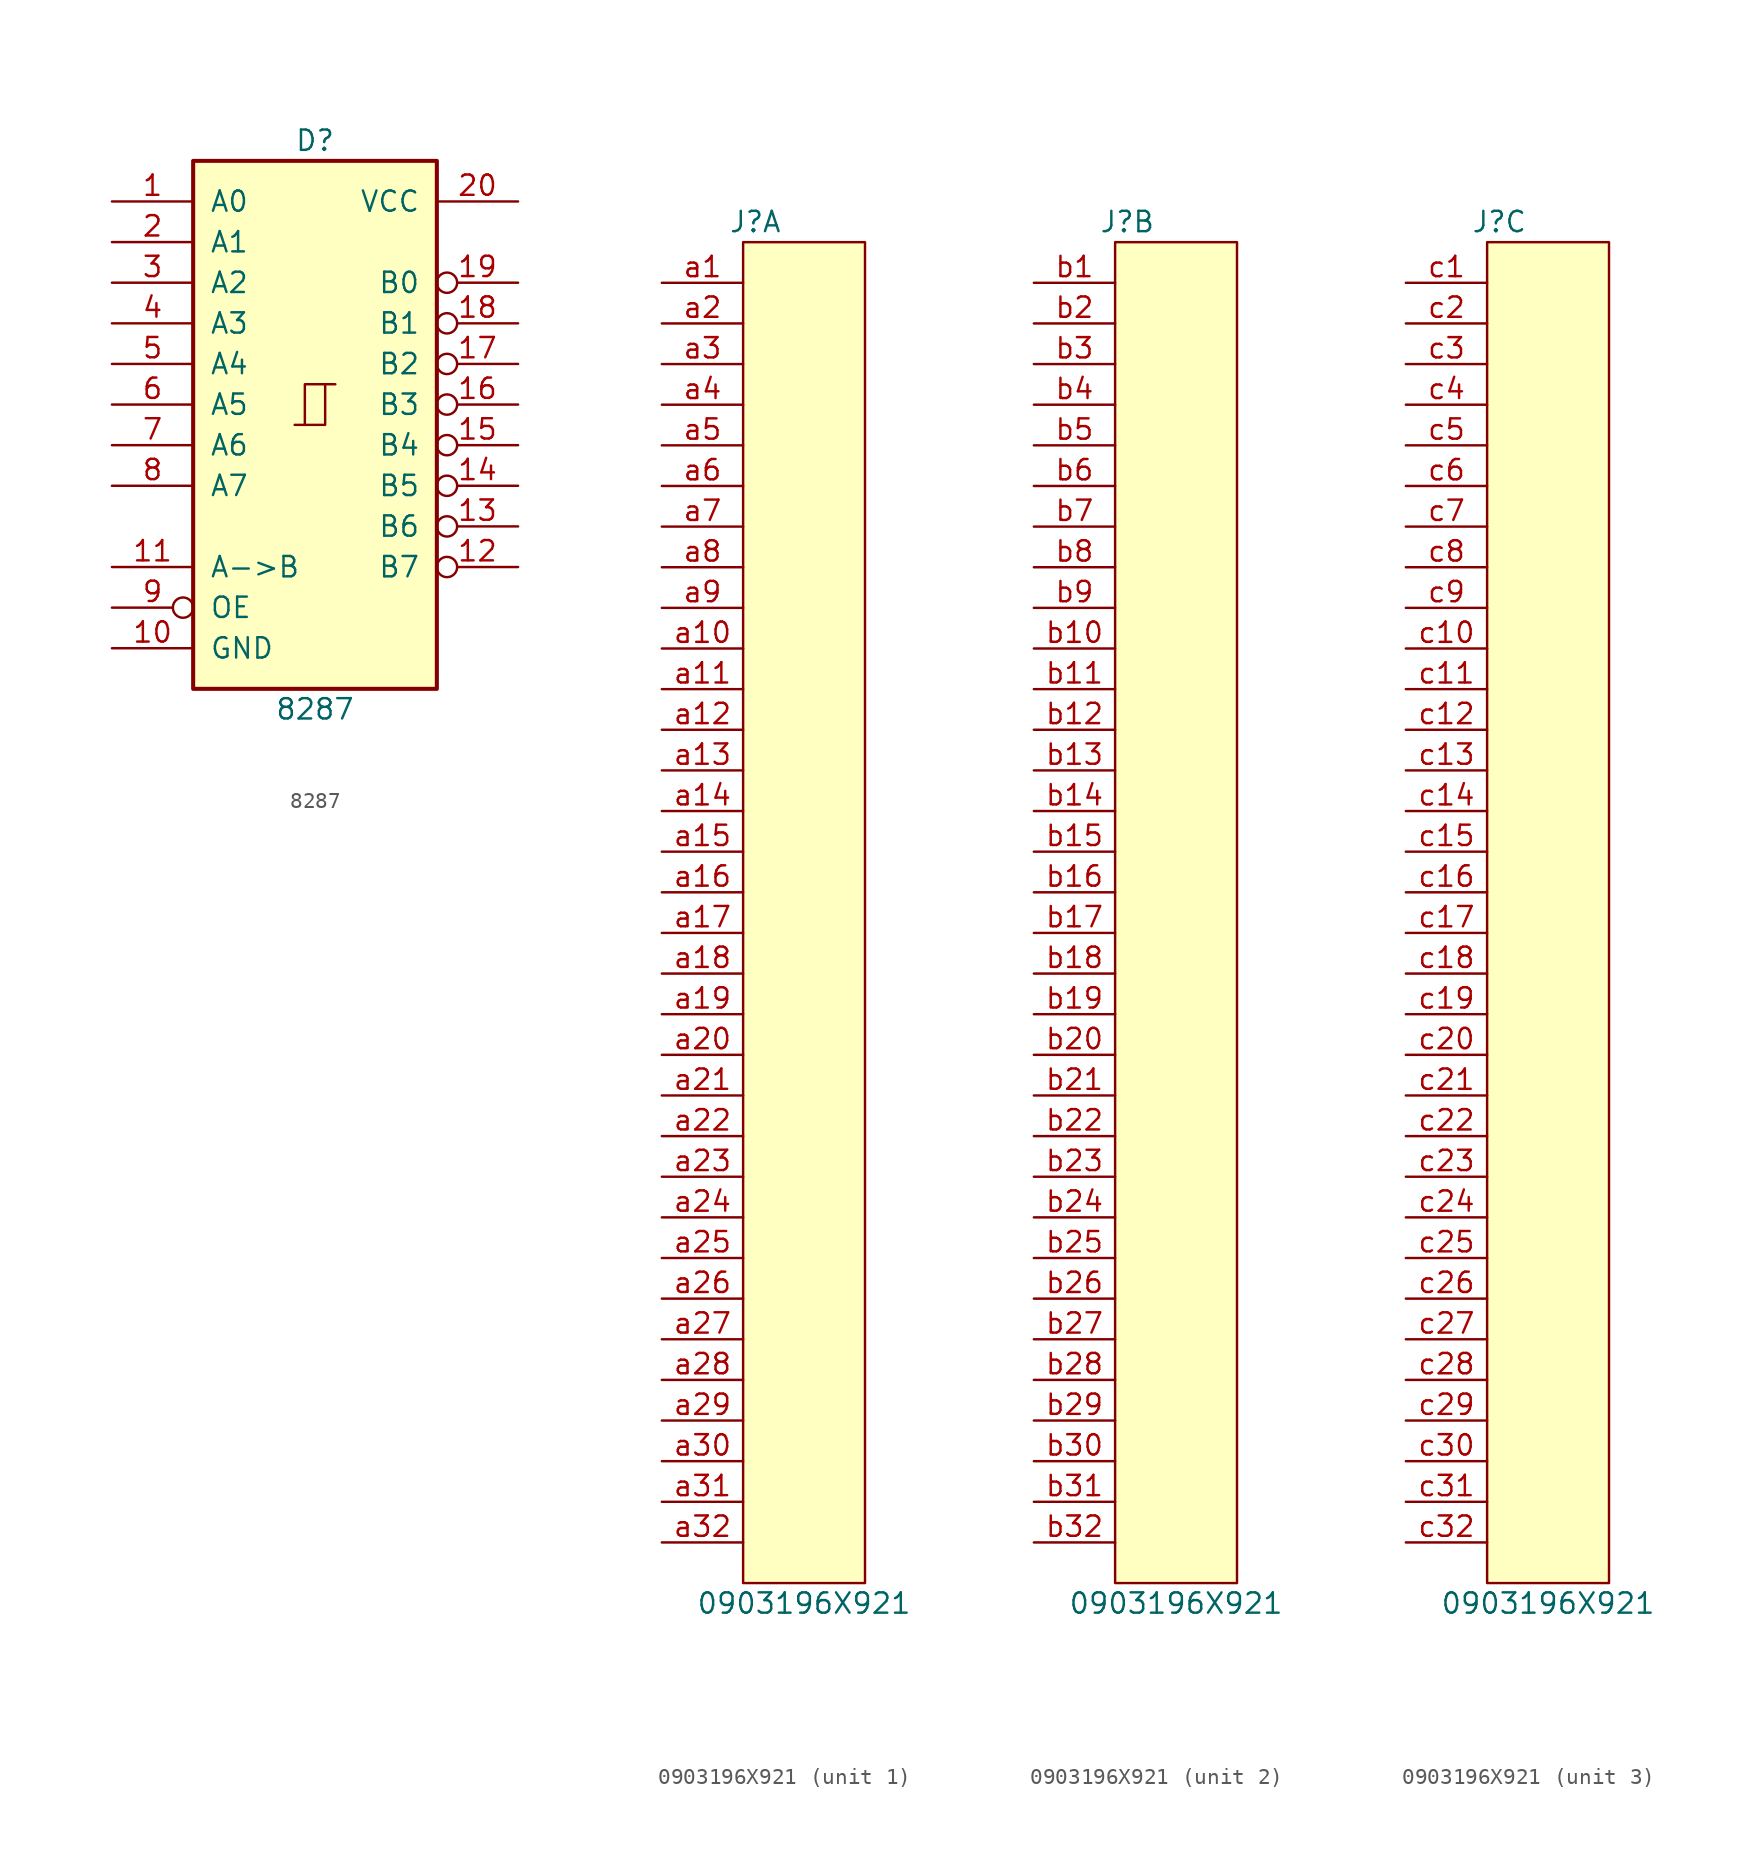
<source format=kicad_sym>
(kicad_symbol_lib
  (version 20241209)
  (generator "kicad_symbol_editor")
  (generator_version "9.0")
  (symbol "8287"
    (pin_names
      (offset 1.016))
    (property "Reference" "D"
      (at 0 16.51 0)
      (do_not_autoplace)
      (effects (font (size 1.27 1.27))))
    (property "Value" "8287"
      (at 0 -19.05 0)
      (do_not_autoplace)
      (effects (font (size 1.27 1.27))))
    (symbol "8287_1_0"
      (polyline (pts (xy -1.27 -1.27) (xy 0.635 -1.27) (xy 0.635 1.27) (xy 1.27 1.27)) (stroke (width 0) (type default)) (fill (type none)))
      (polyline (pts (xy -0.635 -1.27) (xy -0.635 1.27) (xy 0.635 1.27)) (stroke (width 0) (type default)) (fill (type none)))
      (pin bidirectional line (at -12.7 12.7 0) (length 5.08) (name "A0" (effects (font (size 1.27 1.27)))) (number "1" (effects (font (size 1.27 1.27)))))
      (pin bidirectional line (at -12.7 10.16 0) (length 5.08) (name "A1" (effects (font (size 1.27 1.27)))) (number "2" (effects (font (size 1.27 1.27)))))
      (pin bidirectional line (at -12.7 7.62 0) (length 5.08) (name "A2" (effects (font (size 1.27 1.27)))) (number "3" (effects (font (size 1.27 1.27)))))
      (pin bidirectional line (at -12.7 5.08 0) (length 5.08) (name "A3" (effects (font (size 1.27 1.27)))) (number "4" (effects (font (size 1.27 1.27)))))
      (pin bidirectional line (at -12.7 2.54 0) (length 5.08) (name "A4" (effects (font (size 1.27 1.27)))) (number "5" (effects (font (size 1.27 1.27)))))
      (pin bidirectional line (at -12.7 0 0) (length 5.08) (name "A5" (effects (font (size 1.27 1.27)))) (number "6" (effects (font (size 1.27 1.27)))))
      (pin bidirectional line (at -12.7 -2.54 0) (length 5.08) (name "A6" (effects (font (size 1.27 1.27)))) (number "7" (effects (font (size 1.27 1.27)))))
      (pin bidirectional line (at -12.7 -5.08 0) (length 5.08) (name "A7" (effects (font (size 1.27 1.27)))) (number "8" (effects (font (size 1.27 1.27)))))
      (pin input line (at -12.7 -10.16 0) (length 5.08) (name "A->B" (effects (font (size 1.27 1.27)))) (number "11" (effects (font (size 1.27 1.27)))))
      (pin input inverted (at -12.7 -12.7 0) (length 5.08) (name "OE" (effects (font (size 1.27 1.27)))) (number "9" (effects (font (size 1.27 1.27)))))
      (pin power_in line (at -12.7 -15.24 0) (length 5.08) (name "GND" (effects (font (size 1.27 1.27)))) (number "10" (effects (font (size 1.27 1.27)))))
      (pin power_in line (at 12.7 12.7 180) (length 5.08) (name "VCC" (effects (font (size 1.27 1.27)))) (number "20" (effects (font (size 1.27 1.27)))))
      (pin bidirectional inverted (at 12.7 7.62 180) (length 5.08) (name "B0" (effects (font (size 1.27 1.27)))) (number "19" (effects (font (size 1.27 1.27)))))
      (pin bidirectional inverted (at 12.7 5.08 180) (length 5.08) (name "B1" (effects (font (size 1.27 1.27)))) (number "18" (effects (font (size 1.27 1.27)))))
      (pin bidirectional inverted (at 12.7 2.54 180) (length 5.08) (name "B2" (effects (font (size 1.27 1.27)))) (number "17" (effects (font (size 1.27 1.27)))))
      (pin bidirectional inverted (at 12.7 0 180) (length 5.08) (name "B3" (effects (font (size 1.27 1.27)))) (number "16" (effects (font (size 1.27 1.27)))))
      (pin bidirectional inverted (at 12.7 -2.54 180) (length 5.08) (name "B4" (effects (font (size 1.27 1.27)))) (number "15" (effects (font (size 1.27 1.27)))))
      (pin bidirectional inverted (at 12.7 -5.08 180) (length 5.08) (name "B5" (effects (font (size 1.27 1.27)))) (number "14" (effects (font (size 1.27 1.27)))))
      (pin bidirectional inverted (at 12.7 -7.62 180) (length 5.08) (name "B6" (effects (font (size 1.27 1.27)))) (number "13" (effects (font (size 1.27 1.27)))))
      (pin bidirectional inverted (at 12.7 -10.16 180) (length 5.08) (name "B7" (effects (font (size 1.27 1.27)))) (number "12" (effects (font (size 1.27 1.27))))))
    (symbol "8287_1_1"
      (rectangle (start -7.62 15.24) (end 7.62 -17.78) (stroke (width 0.254) (type default)) (fill (type background)))))
  (symbol "0903196X921"
    (pin_names
      (hide yes))
    (property "Reference" "J"
      (at 0.762 1.27 0)
      (do_not_autoplace)
      (effects (font (size 1.27 1.27))))
    (property "Value" "0903196X921"
      (at 3.81 -85.09 0)
      (do_not_autoplace)
      (effects (font (size 1.27 1.27))))
    (property "ki_locked" ""
      (at 0 0 0)
      (effects (font (size 1.27 1.27))))
    (symbol "0903196X921_0_1"
      (rectangle (start 0 0) (end 7.62 -83.82) (stroke (width 0) (type solid)) (fill (type background))))
    (symbol "0903196X921_1_0"
      (pin passive line (at -5.08 -2.54 0) (length 5.08) (name "a1" (effects (font (size 1.27 1.27)))) (number "a1" (effects (font (size 1.27 1.27)))))
      (pin passive line (at -5.08 -5.08 0) (length 5.08) (name "a2" (effects (font (size 1.27 1.27)))) (number "a2" (effects (font (size 1.27 1.27)))))
      (pin passive line (at -5.08 -7.62 0) (length 5.08) (name "a3" (effects (font (size 1.27 1.27)))) (number "a3" (effects (font (size 1.27 1.27)))))
      (pin passive line (at -5.08 -10.16 0) (length 5.08) (name "a4" (effects (font (size 1.27 1.27)))) (number "a4" (effects (font (size 1.27 1.27)))))
      (pin passive line (at -5.08 -12.7 0) (length 5.08) (name "a5" (effects (font (size 1.27 1.27)))) (number "a5" (effects (font (size 1.27 1.27)))))
      (pin passive line (at -5.08 -15.24 0) (length 5.08) (name "a6" (effects (font (size 1.27 1.27)))) (number "a6" (effects (font (size 1.27 1.27)))))
      (pin passive line (at -5.08 -17.78 0) (length 5.08) (name "a7" (effects (font (size 1.27 1.27)))) (number "a7" (effects (font (size 1.27 1.27)))))
      (pin passive line (at -5.08 -20.32 0) (length 5.08) (name "a8" (effects (font (size 1.27 1.27)))) (number "a8" (effects (font (size 1.27 1.27)))))
      (pin passive line (at -5.08 -22.86 0) (length 5.08) (name "a9" (effects (font (size 1.27 1.27)))) (number "a9" (effects (font (size 1.27 1.27)))))
      (pin passive line (at -5.08 -25.4 0) (length 5.08) (name "a10" (effects (font (size 1.27 1.27)))) (number "a10" (effects (font (size 1.27 1.27)))))
      (pin passive line (at -5.08 -27.94 0) (length 5.08) (name "a11" (effects (font (size 1.27 1.27)))) (number "a11" (effects (font (size 1.27 1.27)))))
      (pin passive line (at -5.08 -30.48 0) (length 5.08) (name "a12" (effects (font (size 1.27 1.27)))) (number "a12" (effects (font (size 1.27 1.27)))))
      (pin passive line (at -5.08 -33.02 0) (length 5.08) (name "a13" (effects (font (size 1.27 1.27)))) (number "a13" (effects (font (size 1.27 1.27)))))
      (pin passive line (at -5.08 -35.56 0) (length 5.08) (name "a14" (effects (font (size 1.27 1.27)))) (number "a14" (effects (font (size 1.27 1.27)))))
      (pin passive line (at -5.08 -38.1 0) (length 5.08) (name "a15" (effects (font (size 1.27 1.27)))) (number "a15" (effects (font (size 1.27 1.27)))))
      (pin passive line (at -5.08 -40.64 0) (length 5.08) (name "a16" (effects (font (size 1.27 1.27)))) (number "a16" (effects (font (size 1.27 1.27)))))
      (pin passive line (at -5.08 -43.18 0) (length 5.08) (name "a17" (effects (font (size 1.27 1.27)))) (number "a17" (effects (font (size 1.27 1.27)))))
      (pin passive line (at -5.08 -45.72 0) (length 5.08) (name "a18" (effects (font (size 1.27 1.27)))) (number "a18" (effects (font (size 1.27 1.27)))))
      (pin passive line (at -5.08 -48.26 0) (length 5.08) (name "a19" (effects (font (size 1.27 1.27)))) (number "a19" (effects (font (size 1.27 1.27)))))
      (pin passive line (at -5.08 -50.8 0) (length 5.08) (name "a20" (effects (font (size 1.27 1.27)))) (number "a20" (effects (font (size 1.27 1.27)))))
      (pin passive line (at -5.08 -53.34 0) (length 5.08) (name "a21" (effects (font (size 1.27 1.27)))) (number "a21" (effects (font (size 1.27 1.27)))))
      (pin passive line (at -5.08 -55.88 0) (length 5.08) (name "a22" (effects (font (size 1.27 1.27)))) (number "a22" (effects (font (size 1.27 1.27)))))
      (pin passive line (at -5.08 -58.42 0) (length 5.08) (name "a23" (effects (font (size 1.27 1.27)))) (number "a23" (effects (font (size 1.27 1.27)))))
      (pin passive line (at -5.08 -60.96 0) (length 5.08) (name "a24" (effects (font (size 1.27 1.27)))) (number "a24" (effects (font (size 1.27 1.27)))))
      (pin passive line (at -5.08 -63.5 0) (length 5.08) (name "a25" (effects (font (size 1.27 1.27)))) (number "a25" (effects (font (size 1.27 1.27)))))
      (pin passive line (at -5.08 -66.04 0) (length 5.08) (name "a26" (effects (font (size 1.27 1.27)))) (number "a26" (effects (font (size 1.27 1.27)))))
      (pin passive line (at -5.08 -68.58 0) (length 5.08) (name "a27" (effects (font (size 1.27 1.27)))) (number "a27" (effects (font (size 1.27 1.27)))))
      (pin passive line (at -5.08 -71.12 0) (length 5.08) (name "a28" (effects (font (size 1.27 1.27)))) (number "a28" (effects (font (size 1.27 1.27)))))
      (pin passive line (at -5.08 -73.66 0) (length 5.08) (name "a29" (effects (font (size 1.27 1.27)))) (number "a29" (effects (font (size 1.27 1.27)))))
      (pin passive line (at -5.08 -76.2 0) (length 5.08) (name "a30" (effects (font (size 1.27 1.27)))) (number "a30" (effects (font (size 1.27 1.27)))))
      (pin passive line (at -5.08 -78.74 0) (length 5.08) (name "a31" (effects (font (size 1.27 1.27)))) (number "a31" (effects (font (size 1.27 1.27)))))
      (pin passive line (at -5.08 -81.28 0) (length 5.08) (name "a32" (effects (font (size 1.27 1.27)))) (number "a32" (effects (font (size 1.27 1.27))))))
    (symbol "0903196X921_2_0"
      (pin passive line (at -5.08 -2.54 0) (length 5.08) (name "b1" (effects (font (size 1.27 1.27)))) (number "b1" (effects (font (size 1.27 1.27)))))
      (pin passive line (at -5.08 -5.08 0) (length 5.08) (name "b2" (effects (font (size 1.27 1.27)))) (number "b2" (effects (font (size 1.27 1.27)))))
      (pin passive line (at -5.08 -7.62 0) (length 5.08) (name "b3" (effects (font (size 1.27 1.27)))) (number "b3" (effects (font (size 1.27 1.27)))))
      (pin passive line (at -5.08 -10.16 0) (length 5.08) (name "b4" (effects (font (size 1.27 1.27)))) (number "b4" (effects (font (size 1.27 1.27)))))
      (pin passive line (at -5.08 -12.7 0) (length 5.08) (name "b5" (effects (font (size 1.27 1.27)))) (number "b5" (effects (font (size 1.27 1.27)))))
      (pin passive line (at -5.08 -15.24 0) (length 5.08) (name "b6" (effects (font (size 1.27 1.27)))) (number "b6" (effects (font (size 1.27 1.27)))))
      (pin passive line (at -5.08 -17.78 0) (length 5.08) (name "b7" (effects (font (size 1.27 1.27)))) (number "b7" (effects (font (size 1.27 1.27)))))
      (pin passive line (at -5.08 -20.32 0) (length 5.08) (name "b8" (effects (font (size 1.27 1.27)))) (number "b8" (effects (font (size 1.27 1.27)))))
      (pin passive line (at -5.08 -22.86 0) (length 5.08) (name "b9" (effects (font (size 1.27 1.27)))) (number "b9" (effects (font (size 1.27 1.27)))))
      (pin passive line (at -5.08 -25.4 0) (length 5.08) (name "b10" (effects (font (size 1.27 1.27)))) (number "b10" (effects (font (size 1.27 1.27)))))
      (pin passive line (at -5.08 -27.94 0) (length 5.08) (name "b11" (effects (font (size 1.27 1.27)))) (number "b11" (effects (font (size 1.27 1.27)))))
      (pin passive line (at -5.08 -30.48 0) (length 5.08) (name "b12" (effects (font (size 1.27 1.27)))) (number "b12" (effects (font (size 1.27 1.27)))))
      (pin passive line (at -5.08 -33.02 0) (length 5.08) (name "b13" (effects (font (size 1.27 1.27)))) (number "b13" (effects (font (size 1.27 1.27)))))
      (pin passive line (at -5.08 -35.56 0) (length 5.08) (name "b14" (effects (font (size 1.27 1.27)))) (number "b14" (effects (font (size 1.27 1.27)))))
      (pin passive line (at -5.08 -38.1 0) (length 5.08) (name "b15" (effects (font (size 1.27 1.27)))) (number "b15" (effects (font (size 1.27 1.27)))))
      (pin passive line (at -5.08 -40.64 0) (length 5.08) (name "b16" (effects (font (size 1.27 1.27)))) (number "b16" (effects (font (size 1.27 1.27)))))
      (pin passive line (at -5.08 -43.18 0) (length 5.08) (name "b17" (effects (font (size 1.27 1.27)))) (number "b17" (effects (font (size 1.27 1.27)))))
      (pin passive line (at -5.08 -45.72 0) (length 5.08) (name "b18" (effects (font (size 1.27 1.27)))) (number "b18" (effects (font (size 1.27 1.27)))))
      (pin passive line (at -5.08 -48.26 0) (length 5.08) (name "b19" (effects (font (size 1.27 1.27)))) (number "b19" (effects (font (size 1.27 1.27)))))
      (pin passive line (at -5.08 -50.8 0) (length 5.08) (name "b20" (effects (font (size 1.27 1.27)))) (number "b20" (effects (font (size 1.27 1.27)))))
      (pin passive line (at -5.08 -53.34 0) (length 5.08) (name "b21" (effects (font (size 1.27 1.27)))) (number "b21" (effects (font (size 1.27 1.27)))))
      (pin passive line (at -5.08 -55.88 0) (length 5.08) (name "b22" (effects (font (size 1.27 1.27)))) (number "b22" (effects (font (size 1.27 1.27)))))
      (pin passive line (at -5.08 -58.42 0) (length 5.08) (name "b23" (effects (font (size 1.27 1.27)))) (number "b23" (effects (font (size 1.27 1.27)))))
      (pin passive line (at -5.08 -60.96 0) (length 5.08) (name "b24" (effects (font (size 1.27 1.27)))) (number "b24" (effects (font (size 1.27 1.27)))))
      (pin passive line (at -5.08 -63.5 0) (length 5.08) (name "b25" (effects (font (size 1.27 1.27)))) (number "b25" (effects (font (size 1.27 1.27)))))
      (pin passive line (at -5.08 -66.04 0) (length 5.08) (name "b26" (effects (font (size 1.27 1.27)))) (number "b26" (effects (font (size 1.27 1.27)))))
      (pin passive line (at -5.08 -68.58 0) (length 5.08) (name "b26" (effects (font (size 1.27 1.27)))) (number "b27" (effects (font (size 1.27 1.27)))))
      (pin passive line (at -5.08 -71.12 0) (length 5.08) (name "b28" (effects (font (size 1.27 1.27)))) (number "b28" (effects (font (size 1.27 1.27)))))
      (pin passive line (at -5.08 -73.66 0) (length 5.08) (name "b29" (effects (font (size 1.27 1.27)))) (number "b29" (effects (font (size 1.27 1.27)))))
      (pin passive line (at -5.08 -76.2 0) (length 5.08) (name "b30" (effects (font (size 1.27 1.27)))) (number "b30" (effects (font (size 1.27 1.27)))))
      (pin passive line (at -5.08 -78.74 0) (length 5.08) (name "b31" (effects (font (size 1.27 1.27)))) (number "b31" (effects (font (size 1.27 1.27)))))
      (pin passive line (at -5.08 -81.28 0) (length 5.08) (name "b32" (effects (font (size 1.27 1.27)))) (number "b32" (effects (font (size 1.27 1.27))))))
    (symbol "0903196X921_3_0"
      (pin passive line (at -5.08 -2.54 0) (length 5.08) (name "c1" (effects (font (size 1.27 1.27)))) (number "c1" (effects (font (size 1.27 1.27)))))
      (pin passive line (at -5.08 -5.08 0) (length 5.08) (name "c2" (effects (font (size 1.27 1.27)))) (number "c2" (effects (font (size 1.27 1.27)))))
      (pin passive line (at -5.08 -7.62 0) (length 5.08) (name "c3" (effects (font (size 1.27 1.27)))) (number "c3" (effects (font (size 1.27 1.27)))))
      (pin passive line (at -5.08 -10.16 0) (length 5.08) (name "c4" (effects (font (size 1.27 1.27)))) (number "c4" (effects (font (size 1.27 1.27)))))
      (pin passive line (at -5.08 -12.7 0) (length 5.08) (name "c5" (effects (font (size 1.27 1.27)))) (number "c5" (effects (font (size 1.27 1.27)))))
      (pin passive line (at -5.08 -15.24 0) (length 5.08) (name "c6" (effects (font (size 1.27 1.27)))) (number "c6" (effects (font (size 1.27 1.27)))))
      (pin passive line (at -5.08 -17.78 0) (length 5.08) (name "c7" (effects (font (size 1.27 1.27)))) (number "c7" (effects (font (size 1.27 1.27)))))
      (pin passive line (at -5.08 -20.32 0) (length 5.08) (name "c8" (effects (font (size 1.27 1.27)))) (number "c8" (effects (font (size 1.27 1.27)))))
      (pin passive line (at -5.08 -22.86 0) (length 5.08) (name "c9" (effects (font (size 1.27 1.27)))) (number "c9" (effects (font (size 1.27 1.27)))))
      (pin passive line (at -5.08 -25.4 0) (length 5.08) (name "c10" (effects (font (size 1.27 1.27)))) (number "c10" (effects (font (size 1.27 1.27)))))
      (pin passive line (at -5.08 -27.94 0) (length 5.08) (name "c11" (effects (font (size 1.27 1.27)))) (number "c11" (effects (font (size 1.27 1.27)))))
      (pin passive line (at -5.08 -30.48 0) (length 5.08) (name "c12" (effects (font (size 1.27 1.27)))) (number "c12" (effects (font (size 1.27 1.27)))))
      (pin passive line (at -5.08 -33.02 0) (length 5.08) (name "c13" (effects (font (size 1.27 1.27)))) (number "c13" (effects (font (size 1.27 1.27)))))
      (pin passive line (at -5.08 -35.56 0) (length 5.08) (name "c14" (effects (font (size 1.27 1.27)))) (number "c14" (effects (font (size 1.27 1.27)))))
      (pin passive line (at -5.08 -38.1 0) (length 5.08) (name "c15" (effects (font (size 1.27 1.27)))) (number "c15" (effects (font (size 1.27 1.27)))))
      (pin passive line (at -5.08 -40.64 0) (length 5.08) (name "c16" (effects (font (size 1.27 1.27)))) (number "c16" (effects (font (size 1.27 1.27)))))
      (pin passive line (at -5.08 -43.18 0) (length 5.08) (name "c17" (effects (font (size 1.27 1.27)))) (number "c17" (effects (font (size 1.27 1.27)))))
      (pin passive line (at -5.08 -45.72 0) (length 5.08) (name "c18" (effects (font (size 1.27 1.27)))) (number "c18" (effects (font (size 1.27 1.27)))))
      (pin passive line (at -5.08 -48.26 0) (length 5.08) (name "c19" (effects (font (size 1.27 1.27)))) (number "c19" (effects (font (size 1.27 1.27)))))
      (pin passive line (at -5.08 -50.8 0) (length 5.08) (name "c20" (effects (font (size 1.27 1.27)))) (number "c20" (effects (font (size 1.27 1.27)))))
      (pin passive line (at -5.08 -53.34 0) (length 5.08) (name "c21" (effects (font (size 1.27 1.27)))) (number "c21" (effects (font (size 1.27 1.27)))))
      (pin passive line (at -5.08 -55.88 0) (length 5.08) (name "c22" (effects (font (size 1.27 1.27)))) (number "c22" (effects (font (size 1.27 1.27)))))
      (pin passive line (at -5.08 -58.42 0) (length 5.08) (name "c23" (effects (font (size 1.27 1.27)))) (number "c23" (effects (font (size 1.27 1.27)))))
      (pin passive line (at -5.08 -60.96 0) (length 5.08) (name "c24" (effects (font (size 1.27 1.27)))) (number "c24" (effects (font (size 1.27 1.27)))))
      (pin passive line (at -5.08 -63.5 0) (length 5.08) (name "c25" (effects (font (size 1.27 1.27)))) (number "c25" (effects (font (size 1.27 1.27)))))
      (pin passive line (at -5.08 -66.04 0) (length 5.08) (name "c26" (effects (font (size 1.27 1.27)))) (number "c26" (effects (font (size 1.27 1.27)))))
      (pin passive line (at -5.08 -68.58 0) (length 5.08) (name "c27" (effects (font (size 1.27 1.27)))) (number "c27" (effects (font (size 1.27 1.27)))))
      (pin passive line (at -5.08 -71.12 0) (length 5.08) (name "c28" (effects (font (size 1.27 1.27)))) (number "c28" (effects (font (size 1.27 1.27)))))
      (pin passive line (at -5.08 -73.66 0) (length 5.08) (name "c29" (effects (font (size 1.27 1.27)))) (number "c29" (effects (font (size 1.27 1.27)))))
      (pin passive line (at -5.08 -76.2 0) (length 5.08) (name "c30" (effects (font (size 1.27 1.27)))) (number "c30" (effects (font (size 1.27 1.27)))))
      (pin passive line (at -5.08 -78.74 0) (length 5.08) (name "c31" (effects (font (size 1.27 1.27)))) (number "c31" (effects (font (size 1.27 1.27)))))
      (pin passive line (at -5.08 -81.28 0) (length 5.08) (name "c32" (effects (font (size 1.27 1.27)))) (number "c32" (effects (font (size 1.27 1.27))))))))
</source>
